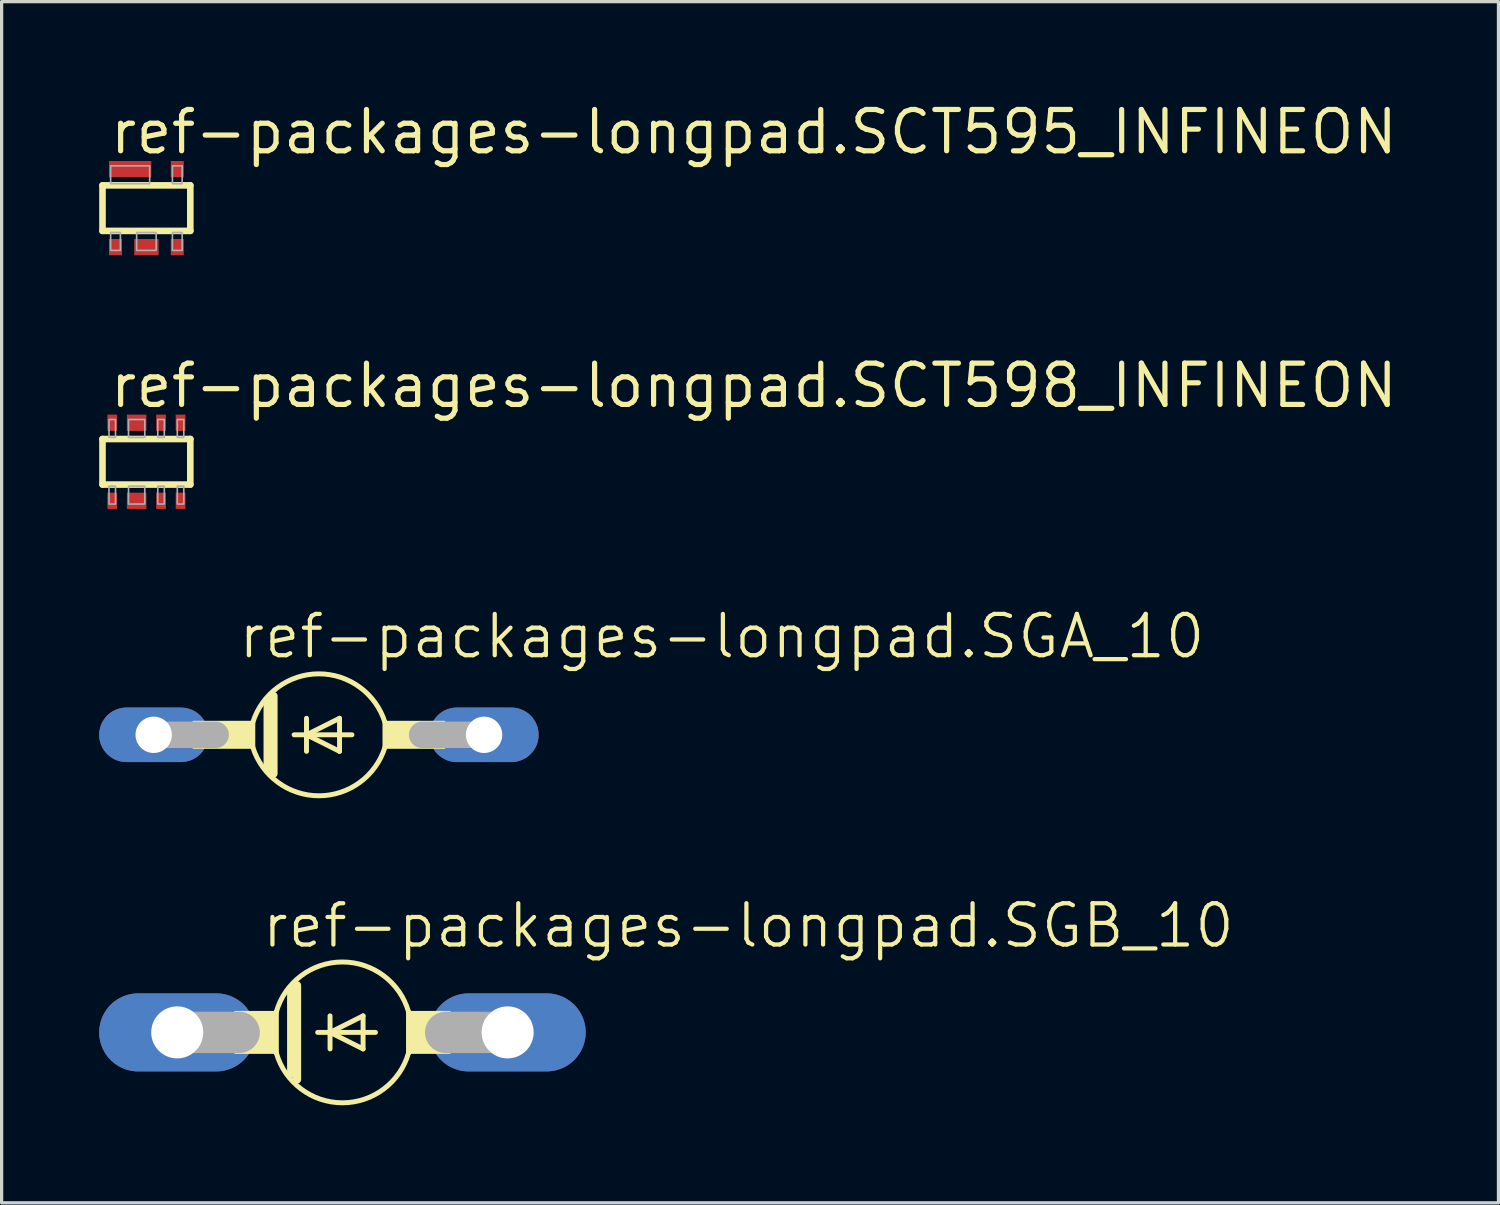
<source format=kicad_pcb>
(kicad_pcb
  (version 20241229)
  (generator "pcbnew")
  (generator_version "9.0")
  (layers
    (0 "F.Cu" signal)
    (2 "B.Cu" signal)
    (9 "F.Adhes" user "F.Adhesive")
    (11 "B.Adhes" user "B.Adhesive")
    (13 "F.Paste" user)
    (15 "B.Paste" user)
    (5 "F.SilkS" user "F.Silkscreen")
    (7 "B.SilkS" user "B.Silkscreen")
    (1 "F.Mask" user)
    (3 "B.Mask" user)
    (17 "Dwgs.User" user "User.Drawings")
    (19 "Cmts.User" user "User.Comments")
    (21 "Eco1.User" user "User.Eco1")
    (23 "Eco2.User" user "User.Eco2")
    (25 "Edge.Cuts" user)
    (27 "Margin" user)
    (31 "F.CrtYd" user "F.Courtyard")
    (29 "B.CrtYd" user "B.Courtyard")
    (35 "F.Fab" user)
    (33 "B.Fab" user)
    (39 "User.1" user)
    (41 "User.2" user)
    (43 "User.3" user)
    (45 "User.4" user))
  (footprint "ref-packages-longpad.SGB_10"
    (layer "F.Cu")
    (at 7.48 28.697)
    (property "Reference" "ref-packages-longpad.SGB_10" (at -2.54 -2.54 0) (layer "F.SilkS") (effects (font (size 1.27 1.27) (thickness 0.13)) (justify left bottom)))
    (attr through_hole)
    (fp_line (start -2.032 -0.635) (end -2.032 0.635) (stroke (width 0.152) (type default)) (layer "F.SilkS"))
    (fp_line (start -1.575 -1.295) (end -1.575 1.27) (stroke (width 0.254) (type default)) (layer "F.SilkS"))
    (fp_line (start -1.397 -1.448) (end -1.397 1.448) (stroke (width 0.254) (type default)) (layer "F.SilkS"))
    (fp_line (start -0.762 0) (end -0.381 0) (stroke (width 0.152) (type default)) (layer "F.SilkS"))
    (fp_line (start -0.381 -0.508) (end -0.381 0) (stroke (width 0.152) (type default)) (layer "F.SilkS"))
    (fp_line (start -0.381 0) (end -0.381 0.508) (stroke (width 0.152) (type default)) (layer "F.SilkS"))
    (fp_line (start -0.381 0) (end 0.635 -0.508) (stroke (width 0.152) (type default)) (layer "F.SilkS"))
    (fp_line (start -0.381 0) (end 1.016 0) (stroke (width 0.152) (type default)) (layer "F.SilkS"))
    (fp_line (start 0.635 -0.508) (end 0.635 0.508) (stroke (width 0.152) (type default)) (layer "F.SilkS"))
    (fp_line (start 0.635 0.508) (end -0.381 0) (stroke (width 0.152) (type default)) (layer "F.SilkS"))
    (fp_line (start 2.032 -0.635) (end 2.032 0.635) (stroke (width 0.152) (type default)) (layer "F.SilkS"))
    (fp_rect (start -3.302 0.635) (end -2.032 -0.635) (stroke (width 0.05) (type default)) (fill yes) (layer "F.SilkS"))
    (fp_rect (start 2.032 0.635) (end 3.302 -0.635) (stroke (width 0.05) (type default)) (fill yes) (layer "F.SilkS"))
    (fp_arc (start -2.032 -0.635) (mid 0 -2.165112) (end 2.032 -0.635) (stroke (width 0.1524) (type default)) (layer "F.SilkS"))
    (fp_arc (start 2.032 0.635) (mid 0 2.165112) (end -2.032 0.635) (stroke (width 0.1524) (type default)) (layer "F.SilkS"))
    (fp_line (start -5.08 0) (end -3.175 0) (stroke (width 1.27) (type default)) (layer "F.Fab"))
    (fp_line (start 5.08 0) (end 3.175 0) (stroke (width 1.27) (type default)) (layer "F.Fab"))
    (pad "A" thru_hole oval (at 5.08 0) (size 4.801 2.4) (drill 1.6) (layers "*.Cu" "*.Mask"))
    (pad "C" thru_hole oval (at -5.08 0) (size 4.801 2.4) (drill 1.6) (layers "*.Cu" "*.Mask")))
  (footprint "ref-packages-longpad.SCT595_INFINEON"
    (layer "F.Cu")
    (at 1.452 3.35)
    (property "Reference" "ref-packages-longpad.SCT595_INFINEON" (at -1.2 -1.6 0) (layer "F.SilkS") (effects (font (size 1.27 1.27) (thickness 0.16)) (justify left bottom)))
    (attr smd)
    (fp_line (start -1.35 -0.7) (end 1.35 -0.7) (stroke (width 0.203) (type default)) (layer "F.SilkS"))
    (fp_line (start -1.35 0.7) (end -1.35 -0.7) (stroke (width 0.203) (type default)) (layer "F.SilkS"))
    (fp_line (start 1.35 -0.7) (end 1.35 0.7) (stroke (width 0.203) (type default)) (layer "F.SilkS"))
    (fp_line (start 1.35 0.7) (end -1.35 0.7) (stroke (width 0.203) (type default)) (layer "F.SilkS"))
    (fp_rect (start -1.1 -0.75) (end 0.1 -1.3) (stroke (width 0.05) (type default)) (fill no) (layer "F.Fab"))
    (fp_rect (start -1.1 1.3) (end -0.8 0.75) (stroke (width 0.05) (type default)) (fill no) (layer "F.Fab"))
    (fp_rect (start -0.3 1.3) (end 0.3 0.75) (stroke (width 0.05) (type default)) (fill no) (layer "F.Fab"))
    (fp_rect (start 0.8 -0.75) (end 1.1 -1.3) (stroke (width 0.05) (type default)) (fill no) (layer "F.Fab"))
    (fp_rect (start 0.8 1.3) (end 1.1 0.75) (stroke (width 0.05) (type default)) (fill no) (layer "F.Fab"))
    (pad "1" smd roundrect (at -0.95 1.2) (size 0.4 0.5) (layers "F.Cu" "F.Mask" "F.Paste") (roundrect_rratio 0.01))
    (pad "2" smd roundrect (at 0 1.2) (size 0.75 0.5) (layers "F.Cu" "F.Mask" "F.Paste") (roundrect_rratio 0.01))
    (pad "3" smd roundrect (at 0.95 1.2) (size 0.4 0.5) (layers "F.Cu" "F.Mask" "F.Paste") (roundrect_rratio 0.01))
    (pad "4" smd roundrect (at 0.95 -1.2) (size 0.4 0.5) (layers "F.Cu" "F.Mask" "F.Paste") (roundrect_rratio 0.01))
    (pad "5" smd roundrect (at -0.5 -1.2) (size 1.3 0.5) (layers "F.Cu" "F.Mask" "F.Paste") (roundrect_rratio 0.01)))
  (footprint "ref-packages-longpad.SGA_10"
    (layer "F.Cu")
    (at 6.756 19.546)
    (property "Reference" "ref-packages-longpad.SGA_10" (at -2.54 -2.286 0) (layer "F.SilkS") (effects (font (size 1.27 1.27) (thickness 0.13)) (justify left bottom)))
    (attr through_hole)
    (fp_line (start -2.032 -0.381) (end -2.032 0.381) (stroke (width 0.152) (type default)) (layer "F.SilkS"))
    (fp_line (start -1.575 -1.041) (end -1.575 1.016) (stroke (width 0.254) (type default)) (layer "F.SilkS"))
    (fp_line (start -1.397 -1.194) (end -1.397 1.194) (stroke (width 0.254) (type default)) (layer "F.SilkS"))
    (fp_line (start -0.762 0) (end -0.381 0) (stroke (width 0.152) (type default)) (layer "F.SilkS"))
    (fp_line (start -0.381 -0.508) (end -0.381 0) (stroke (width 0.152) (type default)) (layer "F.SilkS"))
    (fp_line (start -0.381 0) (end -0.381 0.508) (stroke (width 0.152) (type default)) (layer "F.SilkS"))
    (fp_line (start -0.381 0) (end 0.635 -0.508) (stroke (width 0.152) (type default)) (layer "F.SilkS"))
    (fp_line (start -0.381 0) (end 1.016 0) (stroke (width 0.152) (type default)) (layer "F.SilkS"))
    (fp_line (start 0.635 -0.508) (end 0.635 0.508) (stroke (width 0.152) (type default)) (layer "F.SilkS"))
    (fp_line (start 0.635 0.508) (end -0.381 0) (stroke (width 0.152) (type default)) (layer "F.SilkS"))
    (fp_line (start 2.032 -0.381) (end 2.032 0.381) (stroke (width 0.152) (type default)) (layer "F.SilkS"))
    (fp_rect (start -3.861 0.406) (end -2.032 -0.406) (stroke (width 0.05) (type default)) (fill yes) (layer "F.SilkS"))
    (fp_rect (start 2.032 0.406) (end 3.861 -0.406) (stroke (width 0.05) (type default)) (fill yes) (layer "F.SilkS"))
    (fp_arc (start -2.032 -0.381) (mid 0 -1.874908) (end 2.032 -0.381) (stroke (width 0.1524) (type default)) (layer "F.SilkS"))
    (fp_arc (start 2.032 0.381) (mid 0 1.874908) (end -2.032 0.381) (stroke (width 0.1524) (type default)) (layer "F.SilkS"))
    (fp_line (start -5.08 0) (end -3.175 0) (stroke (width 0.813) (type default)) (layer "F.Fab"))
    (fp_line (start 5.08 0) (end 3.175 0) (stroke (width 0.813) (type default)) (layer "F.Fab"))
    (pad "A" thru_hole oval (at 5.08 0) (size 3.353 1.676) (drill 1.118) (layers "*.Cu" "*.Mask"))
    (pad "C" thru_hole oval (at -5.08 0) (size 3.353 1.676) (drill 1.118) (layers "*.Cu" "*.Mask")))
  (footprint "ref-packages-longpad.SCT598_INFINEON"
    (layer "F.Cu")
    (at 1.452 11.15)
    (property "Reference" "ref-packages-longpad.SCT598_INFINEON" (at -1.2 -1.6 0) (layer "F.SilkS") (effects (font (size 1.27 1.27) (thickness 0.16)) (justify left bottom)))
    (attr smd)
    (fp_line (start -1.35 -0.7) (end 1.35 -0.7) (stroke (width 0.203) (type default)) (layer "F.SilkS"))
    (fp_line (start -1.35 0.7) (end -1.35 -0.7) (stroke (width 0.203) (type default)) (layer "F.SilkS"))
    (fp_line (start 1.35 -0.7) (end 1.35 0.7) (stroke (width 0.203) (type default)) (layer "F.SilkS"))
    (fp_line (start 1.35 0.7) (end -1.35 0.7) (stroke (width 0.203) (type default)) (layer "F.SilkS"))
    (fp_rect (start -1.15 -0.75) (end -0.95 -1.3) (stroke (width 0.05) (type default)) (fill no) (layer "F.Fab"))
    (fp_rect (start -1.15 1.3) (end -0.95 0.75) (stroke (width 0.05) (type default)) (fill no) (layer "F.Fab"))
    (fp_rect (start -0.55 -0.75) (end -0.05 -1.3) (stroke (width 0.05) (type default)) (fill no) (layer "F.Fab"))
    (fp_rect (start -0.55 1.3) (end -0.05 0.75) (stroke (width 0.05) (type default)) (fill no) (layer "F.Fab"))
    (fp_rect (start 0.35 -0.75) (end 0.55 -1.3) (stroke (width 0.05) (type default)) (fill no) (layer "F.Fab"))
    (fp_rect (start 0.35 1.3) (end 0.55 0.75) (stroke (width 0.05) (type default)) (fill no) (layer "F.Fab"))
    (fp_rect (start 0.95 -0.75) (end 1.15 -1.3) (stroke (width 0.05) (type default)) (fill no) (layer "F.Fab"))
    (fp_rect (start 0.95 1.3) (end 1.15 0.75) (stroke (width 0.05) (type default)) (fill no) (layer "F.Fab"))
    (pad "1" smd roundrect (at -1.05 1.2) (size 0.3 0.5) (layers "F.Cu" "F.Mask" "F.Paste") (roundrect_rratio 0.01))
    (pad "2" smd roundrect (at -0.3 1.2) (size 0.6 0.5) (layers "F.Cu" "F.Mask" "F.Paste") (roundrect_rratio 0.01))
    (pad "3" smd roundrect (at 0.45 1.2) (size 0.3 0.5) (layers "F.Cu" "F.Mask" "F.Paste") (roundrect_rratio 0.01))
    (pad "4" smd roundrect (at 1.05 1.2) (size 0.3 0.5) (layers "F.Cu" "F.Mask" "F.Paste") (roundrect_rratio 0.01))
    (pad "5" smd roundrect (at 1.05 -1.2) (size 0.3 0.5) (layers "F.Cu" "F.Mask" "F.Paste") (roundrect_rratio 0.01))
    (pad "6" smd roundrect (at 0.45 -1.2) (size 0.3 0.5) (layers "F.Cu" "F.Mask" "F.Paste") (roundrect_rratio 0.01))
    (pad "7" smd roundrect (at -0.3 -1.2) (size 0.6 0.5) (layers "F.Cu" "F.Mask" "F.Paste") (roundrect_rratio 0.01))
    (pad "8" smd roundrect (at -1.05 -1.2) (size 0.3 0.5) (layers "F.Cu" "F.Mask" "F.Paste") (roundrect_rratio 0.01)))
  (gr_rect
    (start -3 -3)
    (end 43.029 33.938)
    (stroke (width 0.1) (type default))
    (fill no)
    (layer "Edge.Cuts")))
</source>
